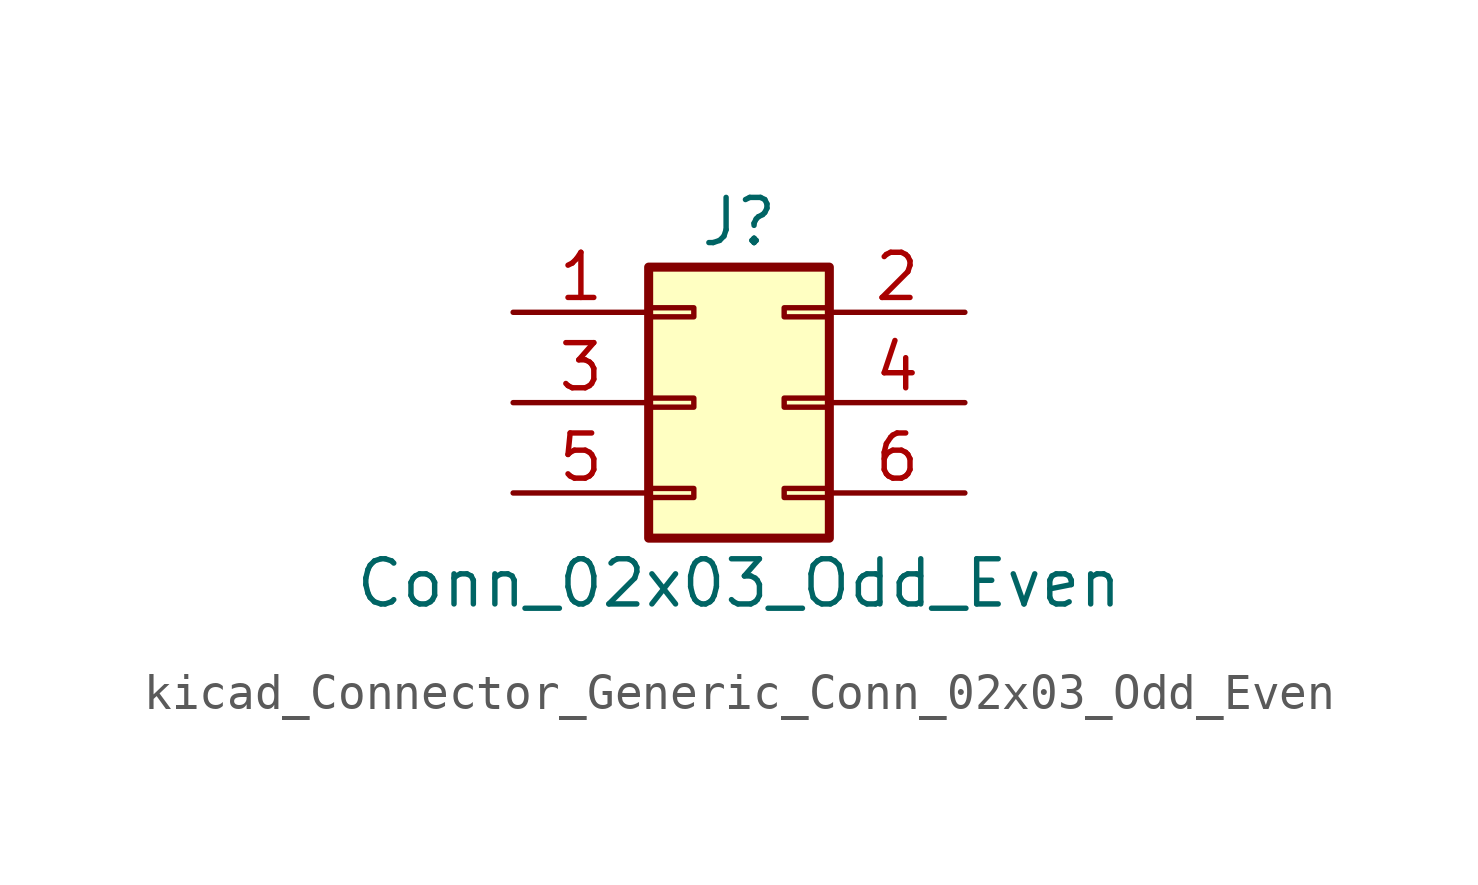
<source format=kicad_sym>
(kicad_symbol_lib
  (version 20220914)
  (generator kicad_symbol_editor)
  (symbol "kicad_Connector_Generic_Conn_02x03_Odd_Even"
    (pin_names
      (offset 1.016) hide)
    (property "Reference" "J"
      (at 1.27 5.08 0)
      (effects (font (size 1.27 1.27))))
    (property "Value" "Conn_02x03_Odd_Even"
      (at 1.27 -5.08 0)
      (effects (font (size 1.27 1.27))))
    (symbol "kicad_Connector_Generic_Conn_02x03_Odd_Even_1_1"
      (rectangle (start -1.27 -2.413) (end 0 -2.667) (stroke (width 0.152) (type default)) (fill (type none)))
      (rectangle (start -1.27 0.127) (end 0 -0.127) (stroke (width 0.152) (type default)) (fill (type none)))
      (rectangle (start -1.27 2.667) (end 0 2.413) (stroke (width 0.152) (type default)) (fill (type none)))
      (rectangle (start -1.27 3.81) (end 3.81 -3.81) (stroke (width 0.254) (type default)) (fill (type background)))
      (rectangle (start 3.81 -2.413) (end 2.54 -2.667) (stroke (width 0.152) (type default)) (fill (type none)))
      (rectangle (start 3.81 0.127) (end 2.54 -0.127) (stroke (width 0.152) (type default)) (fill (type none)))
      (rectangle (start 3.81 2.667) (end 2.54 2.413) (stroke (width 0.152) (type default)) (fill (type none)))
      (pin passive line (at -5.08 2.54 0) (length 3.81) (name "Pin_1" (effects (font (size 1.27 1.27)))) (number "1" (effects (font (size 1.27 1.27)))))
      (pin passive line (at 7.62 2.54 180) (length 3.81) (name "Pin_2" (effects (font (size 1.27 1.27)))) (number "2" (effects (font (size 1.27 1.27)))))
      (pin passive line (at -5.08 0 0) (length 3.81) (name "Pin_3" (effects (font (size 1.27 1.27)))) (number "3" (effects (font (size 1.27 1.27)))))
      (pin passive line (at 7.62 0 180) (length 3.81) (name "Pin_4" (effects (font (size 1.27 1.27)))) (number "4" (effects (font (size 1.27 1.27)))))
      (pin passive line (at -5.08 -2.54 0) (length 3.81) (name "Pin_5" (effects (font (size 1.27 1.27)))) (number "5" (effects (font (size 1.27 1.27)))))
      (pin passive line (at 7.62 -2.54 180) (length 3.81) (name "Pin_6" (effects (font (size 1.27 1.27)))) (number "6" (effects (font (size 1.27 1.27))))))))
</source>
